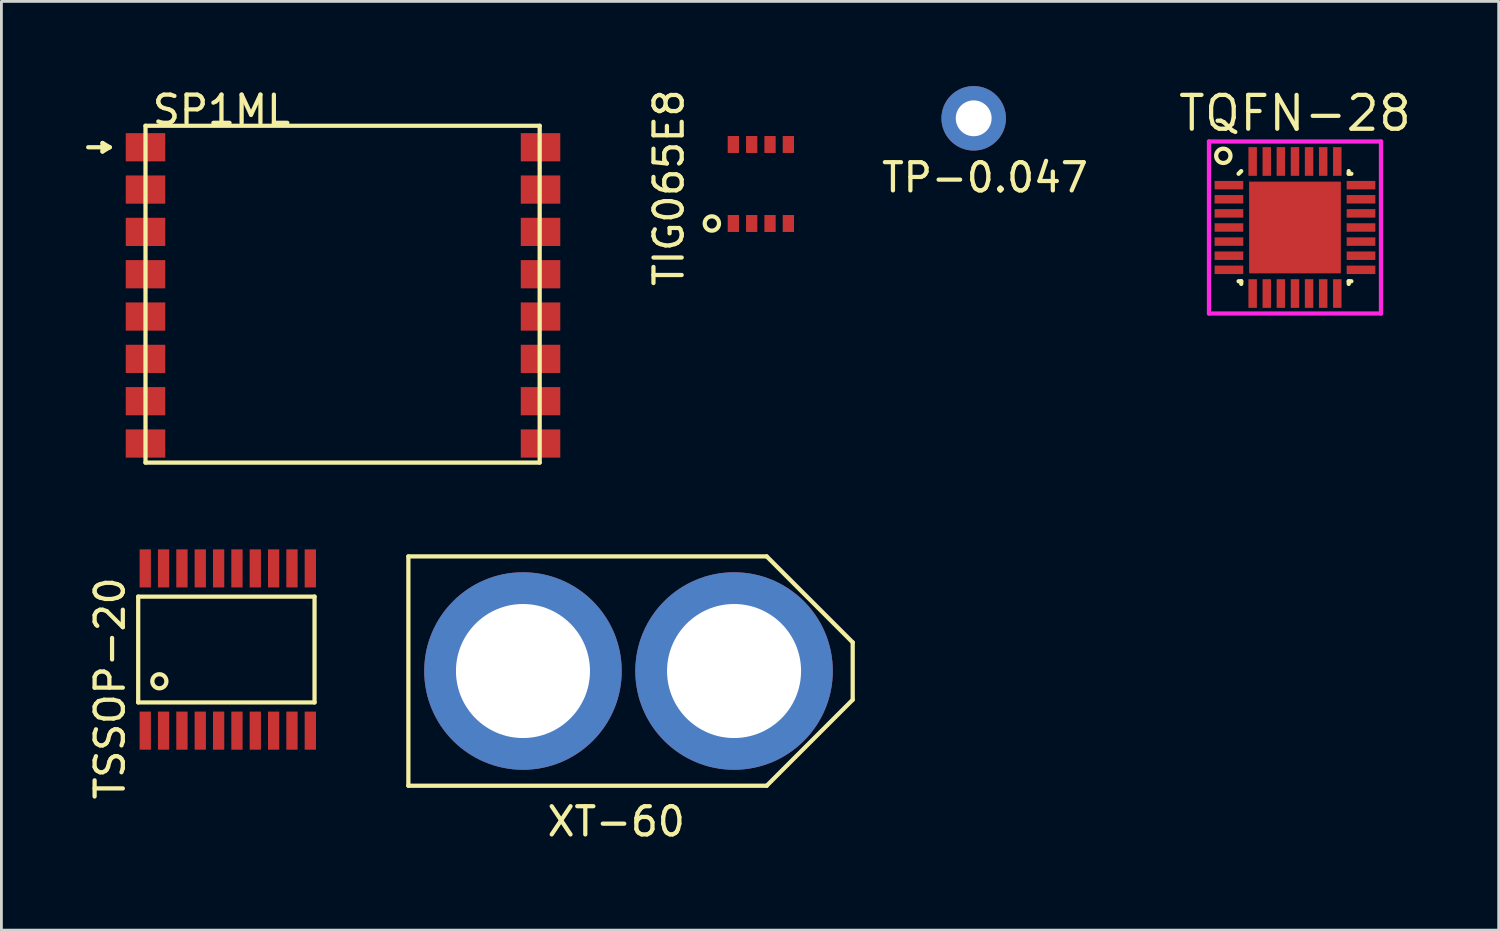
<source format=kicad_pcb>
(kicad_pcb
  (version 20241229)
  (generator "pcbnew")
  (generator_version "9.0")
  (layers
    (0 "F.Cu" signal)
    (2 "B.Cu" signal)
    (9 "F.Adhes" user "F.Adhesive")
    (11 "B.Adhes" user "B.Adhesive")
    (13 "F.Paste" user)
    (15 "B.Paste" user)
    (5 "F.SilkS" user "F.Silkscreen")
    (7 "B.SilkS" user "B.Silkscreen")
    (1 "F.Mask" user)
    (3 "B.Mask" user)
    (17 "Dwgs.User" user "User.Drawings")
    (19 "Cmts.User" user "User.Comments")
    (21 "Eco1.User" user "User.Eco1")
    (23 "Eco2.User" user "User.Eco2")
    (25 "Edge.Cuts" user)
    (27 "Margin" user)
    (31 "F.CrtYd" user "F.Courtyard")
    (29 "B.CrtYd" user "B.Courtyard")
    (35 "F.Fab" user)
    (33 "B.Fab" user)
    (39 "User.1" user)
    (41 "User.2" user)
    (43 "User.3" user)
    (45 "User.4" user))
  (footprint "TP-0.047"
    (layer "F.Cu")
    (at 31.459 1.143)
    (property "Reference" "TP-0.047" (at 0.4 2.1 0) (layer "F.SilkS") (effects (font (size 1 1) (thickness 0.15))))
    (attr through_hole)
    (pad "1" thru_hole circle (at 0 0) (size 2.286 2.286) (drill 1.27) (layers "*.Cu" "*.Mask")))
  (footprint "TQFN-28"
    (layer "F.Cu")
    (at 42.846 5.013)
    (property "Reference" "TQFN-28" (at 0 -4.048 0) (layer "F.SilkS") (effects (font (size 1.2 1.2) (thickness 0.15))))
    (attr through_hole)
    (fp_line (start -1.999 1.905) (end -1.905 1.905) (stroke (width 0.15) (type solid)) (layer "F.SilkS"))
    (fp_line (start -1.905 -1.999) (end -1.999 -1.905) (stroke (width 0.15) (type solid)) (layer "F.SilkS"))
    (fp_line (start -1.905 1.905) (end -1.905 1.999) (stroke (width 0.15) (type solid)) (layer "F.SilkS"))
    (fp_line (start 1.905 -1.905) (end 1.905 -1.999) (stroke (width 0.15) (type solid)) (layer "F.SilkS"))
    (fp_line (start 1.905 1.905) (end 1.905 1.999) (stroke (width 0.15) (type solid)) (layer "F.SilkS"))
    (fp_line (start 1.999 -1.905) (end 1.905 -1.905) (stroke (width 0.15) (type solid)) (layer "F.SilkS"))
    (fp_line (start 1.999 1.905) (end 1.905 1.905) (stroke (width 0.15) (type solid)) (layer "F.SilkS"))
    (fp_circle (center -2.54 -2.54) (end -2.286 -2.54) (stroke (width 0.15) (type solid)) (fill no) (layer "F.SilkS"))
    (fp_line (start -3.048 -3.048) (end 3.048 -3.048) (stroke (width 0.15) (type solid)) (layer "F.CrtYd"))
    (fp_line (start -3.048 3.048) (end -3.048 -3.048) (stroke (width 0.15) (type solid)) (layer "F.CrtYd"))
    (fp_line (start 3.048 -3.048) (end 3.048 3.048) (stroke (width 0.15) (type solid)) (layer "F.CrtYd"))
    (fp_line (start 3.048 3.048) (end -3.048 3.048) (stroke (width 0.15) (type solid)) (layer "F.CrtYd"))
    (pad "1" smd rect (at -2.34 -1.5 90) (size 0.3 1.016) (layers "F.Cu" "F.Mask" "F.Paste"))
    (pad "2" smd rect (at -2.34 -1 90) (size 0.3 1.016) (layers "F.Cu" "F.Mask" "F.Paste"))
    (pad "3" smd rect (at -2.34 -0.5 90) (size 0.3 1.016) (layers "F.Cu" "F.Mask" "F.Paste"))
    (pad "4" smd rect (at -2.34 0 90) (size 0.3 1.016) (layers "F.Cu" "F.Mask" "F.Paste"))
    (pad "5" smd rect (at -2.34 0.5 90) (size 0.3 1.016) (layers "F.Cu" "F.Mask" "F.Paste"))
    (pad "6" smd rect (at -2.34 1 90) (size 0.3 1.016) (layers "F.Cu" "F.Mask" "F.Paste"))
    (pad "7" smd rect (at -2.34 1.5 90) (size 0.3 1.016) (layers "F.Cu" "F.Mask" "F.Paste"))
    (pad "8" smd rect (at -1.5 2.34) (size 0.3 1.016) (layers "F.Cu" "F.Mask" "F.Paste"))
    (pad "9" smd rect (at -1 2.34) (size 0.3 1.016) (layers "F.Cu" "F.Mask" "F.Paste"))
    (pad "10" smd rect (at -0.5 2.34) (size 0.3 1.016) (layers "F.Cu" "F.Mask" "F.Paste"))
    (pad "11" smd rect (at 0 2.34) (size 0.3 1.016) (layers "F.Cu" "F.Mask" "F.Paste"))
    (pad "12" smd rect (at 0.5 2.34) (size 0.3 1.016) (layers "F.Cu" "F.Mask" "F.Paste"))
    (pad "13" smd rect (at 1 2.34) (size 0.3 1.016) (layers "F.Cu" "F.Mask" "F.Paste"))
    (pad "14" smd rect (at 1.5 2.34) (size 0.3 1.016) (layers "F.Cu" "F.Mask" "F.Paste"))
    (pad "15" smd rect (at 2.34 1.5 90) (size 0.3 1.016) (layers "F.Cu" "F.Mask" "F.Paste"))
    (pad "16" smd rect (at 2.34 1 90) (size 0.3 1.016) (layers "F.Cu" "F.Mask" "F.Paste"))
    (pad "17" smd rect (at 2.34 0.5 90) (size 0.3 1.016) (layers "F.Cu" "F.Mask" "F.Paste"))
    (pad "18" smd rect (at 2.34 0 90) (size 0.3 1.016) (layers "F.Cu" "F.Mask" "F.Paste"))
    (pad "19" smd rect (at 2.34 -0.5 90) (size 0.3 1.016) (layers "F.Cu" "F.Mask" "F.Paste"))
    (pad "20" smd rect (at 2.34 -1 90) (size 0.3 1.016) (layers "F.Cu" "F.Mask" "F.Paste"))
    (pad "21" smd rect (at 2.34 -1.5 90) (size 0.3 1.016) (layers "F.Cu" "F.Mask" "F.Paste"))
    (pad "22" smd rect (at 1.5 -2.34) (size 0.3 1.016) (layers "F.Cu" "F.Mask" "F.Paste"))
    (pad "23" smd rect (at 1 -2.34) (size 0.3 1.016) (layers "F.Cu" "F.Mask" "F.Paste"))
    (pad "24" smd rect (at 0.5 -2.34) (size 0.3 1.016) (layers "F.Cu" "F.Mask" "F.Paste"))
    (pad "25" smd rect (at 0 -2.34) (size 0.3 1.016) (layers "F.Cu" "F.Mask" "F.Paste"))
    (pad "26" smd rect (at -0.5 -2.34) (size 0.3 1.016) (layers "F.Cu" "F.Mask" "F.Paste"))
    (pad "27" smd rect (at -1 -2.34) (size 0.3 1.016) (layers "F.Cu" "F.Mask" "F.Paste"))
    (pad "28" smd rect (at -1.5 -2.34) (size 0.3 1.016) (layers "F.Cu" "F.Mask" "F.Paste"))
    (pad "29" smd rect (at 0 0) (size 3.251 3.251) (layers "F.Cu" "F.Mask" "F.Paste")))
  (footprint "XT-60"
    (layer "F.Cu")
    (at 11.423 16.67)
    (property "Reference" "XT-60" (at 7.366 9.398 0) (layer "F.SilkS") (effects (font (size 1 1) (thickness 0.15))))
    (attr through_hole)
    (fp_line (start 0 0) (end 0 8.128) (stroke (width 0.15) (type solid)) (layer "F.SilkS"))
    (fp_line (start 0 0) (end 12.7 0) (stroke (width 0.15) (type solid)) (layer "F.SilkS"))
    (fp_line (start 0 8.128) (end 12.7 8.128) (stroke (width 0.15) (type solid)) (layer "F.SilkS"))
    (fp_line (start 12.7 8.128) (end 15.748 5.08) (stroke (width 0.15) (type solid)) (layer "F.SilkS"))
    (fp_line (start 15.748 3.048) (end 12.7 0) (stroke (width 0.15) (type solid)) (layer "F.SilkS"))
    (fp_line (start 15.748 5.08) (end 15.748 3.048) (stroke (width 0.15) (type solid)) (layer "F.SilkS"))
    (pad "1" thru_hole circle (at 4.062 4.062) (size 7 7) (drill 4.75) (layers "*.Cu" "*.Mask"))
    (pad "2" thru_hole circle (at 11.543 4.062) (size 7 7) (drill 4.75) (layers "*.Cu" "*.Mask")))
  (footprint "SP1ML"
    (layer "F.Cu")
    (at 2.107 2.169)
    (property "Reference" "SP1ML" (at 2.692 -1.321 0) (layer "F.SilkS") (effects (font (size 1 1) (thickness 0.15))))
    (attr through_hole)
    (fp_line (start -2.032 0) (end -1.27 0) (stroke (width 0.15) (type solid)) (layer "F.SilkS"))
    (fp_line (start -1.524 -0.152) (end -1.524 0.152) (stroke (width 0.15) (type solid)) (layer "F.SilkS"))
    (fp_line (start -1.27 0) (end -1.524 -0.152) (stroke (width 0.15) (type solid)) (layer "F.SilkS"))
    (fp_line (start -1.27 0) (end -1.524 0.152) (stroke (width 0.15) (type solid)) (layer "F.SilkS"))
    (fp_line (start 0 -0.762) (end 0 11.176) (stroke (width 0.15) (type solid)) (layer "F.SilkS"))
    (fp_line (start 0 11.176) (end 13.97 11.176) (stroke (width 0.15) (type solid)) (layer "F.SilkS"))
    (fp_line (start 13.97 -0.762) (end 0 -0.762) (stroke (width 0.15) (type solid)) (layer "F.SilkS"))
    (fp_line (start 13.97 11.176) (end 13.97 -0.762) (stroke (width 0.15) (type solid)) (layer "F.SilkS"))
    (pad "1" smd rect (at 0 0) (size 1.4 1) (layers "F.Cu" "F.Mask" "F.Paste"))
    (pad "2" smd rect (at 0 1.5) (size 1.4 1) (layers "F.Cu" "F.Mask" "F.Paste"))
    (pad "3" smd rect (at 0 3) (size 1.4 1) (layers "F.Cu" "F.Mask" "F.Paste"))
    (pad "4" smd rect (at 0 4.5) (size 1.4 1) (layers "F.Cu" "F.Mask" "F.Paste"))
    (pad "5" smd rect (at 0 6) (size 1.4 1) (layers "F.Cu" "F.Mask" "F.Paste"))
    (pad "6" smd rect (at 0 7.5) (size 1.4 1) (layers "F.Cu" "F.Mask" "F.Paste"))
    (pad "7" smd rect (at 0 9) (size 1.4 1) (layers "F.Cu" "F.Mask" "F.Paste"))
    (pad "8" smd rect (at 0 10.5) (size 1.4 1) (layers "F.Cu" "F.Mask" "F.Paste"))
    (pad "9" smd rect (at 14 10.5) (size 1.4 1) (layers "F.Cu" "F.Mask" "F.Paste"))
    (pad "10" smd rect (at 14 9) (size 1.4 1) (layers "F.Cu" "F.Mask" "F.Paste"))
    (pad "11" smd rect (at 14 7.5) (size 1.4 1) (layers "F.Cu" "F.Mask" "F.Paste"))
    (pad "12" smd rect (at 14 6) (size 1.4 1) (layers "F.Cu" "F.Mask" "F.Paste"))
    (pad "13" smd rect (at 14 4.5) (size 1.4 1) (layers "F.Cu" "F.Mask" "F.Paste"))
    (pad "14" smd rect (at 14 3) (size 1.4 1) (layers "F.Cu" "F.Mask" "F.Paste"))
    (pad "15" smd rect (at 14 1.5) (size 1.4 1) (layers "F.Cu" "F.Mask" "F.Paste"))
    (pad "16" smd rect (at 14 0) (size 1.4 1) (layers "F.Cu" "F.Mask" "F.Paste")))
  (footprint "TSSOP-20"
    (layer "F.Cu")
    (at 2.098 22.845)
    (property "Reference" "TSSOP-20" (at -1.25 -1.5 90) (layer "F.SilkS") (effects (font (size 1 1) (thickness 0.15))))
    (attr through_hole)
    (fp_line (start -0.25 -4.75) (end -0.25 -1) (stroke (width 0.15) (type solid)) (layer "F.SilkS"))
    (fp_line (start -0.25 -1) (end 6 -1) (stroke (width 0.15) (type solid)) (layer "F.SilkS"))
    (fp_line (start 6 -4.75) (end -0.25 -4.75) (stroke (width 0.15) (type solid)) (layer "F.SilkS"))
    (fp_line (start 6 -1) (end 6 -4.75) (stroke (width 0.15) (type solid)) (layer "F.SilkS"))
    (fp_circle (center 0.5 -1.75) (end 0.5 -1.5) (stroke (width 0.15) (type solid)) (fill no) (layer "F.SilkS"))
    (pad "1" smd rect (at 0 0) (size 0.4 1.35) (layers "F.Cu" "F.Mask" "F.Paste"))
    (pad "2" smd rect (at 0.65 0) (size 0.4 1.35) (layers "F.Cu" "F.Mask" "F.Paste"))
    (pad "3" smd rect (at 1.3 0) (size 0.4 1.35) (layers "F.Cu" "F.Mask" "F.Paste"))
    (pad "4" smd rect (at 1.95 0) (size 0.4 1.35) (layers "F.Cu" "F.Mask" "F.Paste"))
    (pad "5" smd rect (at 2.6 0) (size 0.4 1.35) (layers "F.Cu" "F.Mask" "F.Paste"))
    (pad "6" smd rect (at 3.25 0) (size 0.4 1.35) (layers "F.Cu" "F.Mask" "F.Paste"))
    (pad "7" smd rect (at 3.9 0) (size 0.4 1.35) (layers "F.Cu" "F.Mask" "F.Paste"))
    (pad "8" smd rect (at 4.55 0) (size 0.4 1.35) (layers "F.Cu" "F.Mask" "F.Paste"))
    (pad "9" smd rect (at 5.2 0) (size 0.4 1.35) (layers "F.Cu" "F.Mask" "F.Paste"))
    (pad "10" smd rect (at 5.85 0) (size 0.4 1.35) (layers "F.Cu" "F.Mask" "F.Paste"))
    (pad "11" smd rect (at 5.85 -5.75) (size 0.4 1.35) (layers "F.Cu" "F.Mask" "F.Paste"))
    (pad "12" smd rect (at 5.2 -5.75) (size 0.4 1.35) (layers "F.Cu" "F.Mask" "F.Paste"))
    (pad "13" smd rect (at 4.55 -5.75) (size 0.4 1.35) (layers "F.Cu" "F.Mask" "F.Paste"))
    (pad "14" smd rect (at 3.9 -5.75) (size 0.4 1.35) (layers "F.Cu" "F.Mask" "F.Paste"))
    (pad "15" smd rect (at 3.25 -5.75) (size 0.4 1.35) (layers "F.Cu" "F.Mask" "F.Paste"))
    (pad "16" smd rect (at 2.6 -5.75) (size 0.4 1.35) (layers "F.Cu" "F.Mask" "F.Paste"))
    (pad "17" smd rect (at 1.95 -5.75) (size 0.4 1.35) (layers "F.Cu" "F.Mask" "F.Paste"))
    (pad "18" smd rect (at 1.3 -5.75) (size 0.4 1.35) (layers "F.Cu" "F.Mask" "F.Paste"))
    (pad "19" smd rect (at 0.65 -5.75) (size 0.4 1.35) (layers "F.Cu" "F.Mask" "F.Paste"))
    (pad "20" smd rect (at 0 -5.75) (size 0.4 1.35) (layers "F.Cu" "F.Mask" "F.Paste")))
  (footprint "TIG065E8"
    (layer "F.Cu")
    (at 22.941 4.871)
    (property "Reference" "TIG065E8" (at -2.286 -1.27 90) (layer "F.SilkS") (effects (font (size 1 1) (thickness 0.15))))
    (attr through_hole)
    (fp_circle (center -0.762 0) (end -0.762 -0.254) (stroke (width 0.15) (type solid)) (fill no) (layer "F.SilkS"))
    (pad "1" smd rect (at 0 -2.8) (size 0.4 0.6) (layers "F.Cu" "F.Mask" "F.Paste"))
    (pad "1" smd rect (at 0.65 -2.8) (size 0.4 0.6) (layers "F.Cu" "F.Mask" "F.Paste"))
    (pad "1" smd rect (at 1.3 -2.8) (size 0.4 0.6) (layers "F.Cu" "F.Mask" "F.Paste"))
    (pad "1" smd rect (at 1.95 -2.8) (size 0.4 0.6) (layers "F.Cu" "F.Mask" "F.Paste"))
    (pad "2" smd rect (at 1.95 0) (size 0.4 0.6) (layers "F.Cu" "F.Mask" "F.Paste"))
    (pad "3" smd rect (at 0 0) (size 0.4 0.6) (layers "F.Cu" "F.Mask" "F.Paste"))
    (pad "3" smd rect (at 0.65 0) (size 0.4 0.6) (layers "F.Cu" "F.Mask" "F.Paste"))
    (pad "3" smd rect (at 1.3 0) (size 0.4 0.6) (layers "F.Cu" "F.Mask" "F.Paste")))
  (gr_rect
    (start -3 -3)
    (end 50.066 29.916)
    (stroke (width 0.1) (type default))
    (fill no)
    (layer "Edge.Cuts")))
</source>
